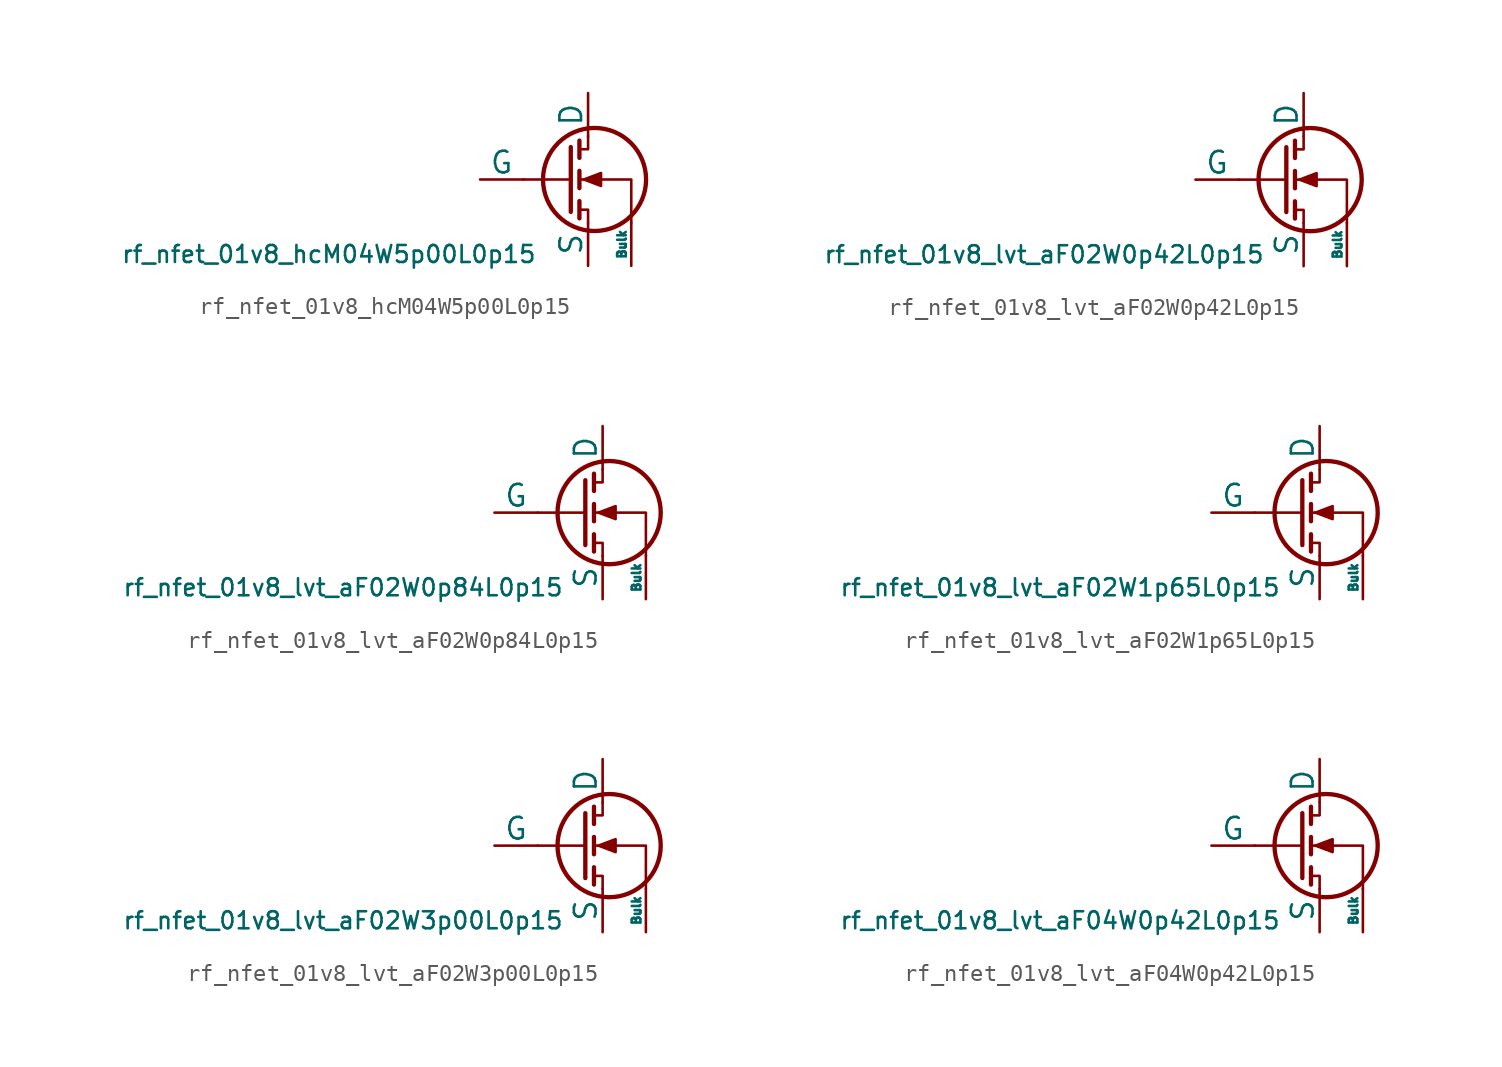
<source format=kicad_sym>
(kicad_symbol_lib
  (version 20211014)
  (generator pdk2kicad)
  (symbol "rf_nfet_01v8_hcM04W5p00L0p15"
    (pin_numbers hide)
    (pin_names
      (offset 0))
    (property "Reference" "Q"
      (at 0 0 0)
      (effects (font (size 1 1)) hide))
    (property "Value" "rf_nfet_01v8_hcM04W5p00L0p15"
      (at -12.7 -3.81 0)
      (effects (font (size 1 1)) (justify top)))
    (polyline
      (pts (xy 1.524 0) (xy -1.27 0))
      (stroke (width 0) (type default))
      (fill (type none)))
    (polyline
      (pts (xy 1.524 1.905) (xy 1.524 -1.905))
      (stroke (width 0.254) (type default))
      (fill (type none)))
    (polyline
      (pts (xy 2.032 -1.27) (xy 2.032 -2.286))
      (stroke (width 0.254) (type default))
      (fill (type none)))
    (polyline
      (pts (xy 2.032 0.508) (xy 2.032 -0.508))
      (stroke (width 0.254) (type default))
      (fill (type none)))
    (polyline
      (pts (xy 2.032 2.286) (xy 2.032 1.27))
      (stroke (width 0.254) (type default))
      (fill (type none)))
    (polyline
      (pts (xy 2.032 1.778) (xy 2.54 1.778) (xy 2.54 2.54))
      (stroke (width 0) (type default))
      (fill (type none)))
    (polyline
      (pts (xy 2.54 -2.54) (xy 2.54 -1.778) (xy 2.032 -1.778))
      (stroke (width 0) (type default))
      (fill (type none)))
    (polyline
      (pts (xy 5.08 -2.54) (xy 5.08 0) (xy 2.032 0))
      (stroke (width 0) (type default))
      (fill (type none)))
    (polyline
      (pts (xy 2.286 0) (xy 3.302 0.381) (xy 3.302 -0.381) (xy 2.286 0))
      (stroke (width 0) (type default))
      (fill (type outline)))
    (circle
      (center 2.921 0)
      (radius 3.029)
      (stroke (width 0.254) (type default))
      (fill (type none)))
    (pin passive line
      (at 2.54 5.08 270)
      (length 2.54)
      (name "D" (effects (font (size 1.27 1.27))))
      (number "1" (effects (font (size 1.27 1.27)))))
    (pin input line
      (at -3.81 0 0)
      (length 2.54)
      (name "G" (effects (font (size 1.27 1.27))))
      (number "2" (effects (font (size 1.27 1.27)))))
    (pin passive line
      (at 2.54 -5.08 90)
      (length 2.54)
      (name "S" (effects (font (size 1.27 1.27))))
      (number "3" (effects (font (size 1.27 1.27)))))
    (pin input line
      (at 5.08 -5.08 90)
      (length 2.54)
      (name "Bulk" (effects (font (size 0.508 0.508))))
      (number "4" (effects (font (size 1.27 1.27))))))
  (symbol "rf_nfet_01v8_lvt_aF02W0p42L0p15"
    (pin_numbers hide)
    (pin_names
      (offset 0))
    (property "Reference" "Q"
      (at 0 0 0)
      (effects (font (size 1 1)) hide))
    (property "Value" "rf_nfet_01v8_lvt_aF02W0p42L0p15"
      (at -12.7 -3.81 0)
      (effects (font (size 1 1)) (justify top)))
    (polyline
      (pts (xy 1.524 0) (xy -1.27 0))
      (stroke (width 0) (type default))
      (fill (type none)))
    (polyline
      (pts (xy 1.524 1.905) (xy 1.524 -1.905))
      (stroke (width 0.254) (type default))
      (fill (type none)))
    (polyline
      (pts (xy 2.032 -1.27) (xy 2.032 -2.286))
      (stroke (width 0.254) (type default))
      (fill (type none)))
    (polyline
      (pts (xy 2.032 0.508) (xy 2.032 -0.508))
      (stroke (width 0.254) (type default))
      (fill (type none)))
    (polyline
      (pts (xy 2.032 2.286) (xy 2.032 1.27))
      (stroke (width 0.254) (type default))
      (fill (type none)))
    (polyline
      (pts (xy 2.032 1.778) (xy 2.54 1.778) (xy 2.54 2.54))
      (stroke (width 0) (type default))
      (fill (type none)))
    (polyline
      (pts (xy 2.54 -2.54) (xy 2.54 -1.778) (xy 2.032 -1.778))
      (stroke (width 0) (type default))
      (fill (type none)))
    (polyline
      (pts (xy 5.08 -2.54) (xy 5.08 0) (xy 2.032 0))
      (stroke (width 0) (type default))
      (fill (type none)))
    (polyline
      (pts (xy 2.286 0) (xy 3.302 0.381) (xy 3.302 -0.381) (xy 2.286 0))
      (stroke (width 0) (type default))
      (fill (type outline)))
    (circle
      (center 2.921 0)
      (radius 3.029)
      (stroke (width 0.254) (type default))
      (fill (type none)))
    (pin passive line
      (at 2.54 5.08 270)
      (length 2.54)
      (name "D" (effects (font (size 1.27 1.27))))
      (number "1" (effects (font (size 1.27 1.27)))))
    (pin input line
      (at -3.81 0 0)
      (length 2.54)
      (name "G" (effects (font (size 1.27 1.27))))
      (number "2" (effects (font (size 1.27 1.27)))))
    (pin passive line
      (at 2.54 -5.08 90)
      (length 2.54)
      (name "S" (effects (font (size 1.27 1.27))))
      (number "3" (effects (font (size 1.27 1.27)))))
    (pin input line
      (at 5.08 -5.08 90)
      (length 2.54)
      (name "Bulk" (effects (font (size 0.508 0.508))))
      (number "4" (effects (font (size 1.27 1.27))))))
  (symbol "rf_nfet_01v8_lvt_aF02W0p84L0p15"
    (pin_numbers hide)
    (pin_names
      (offset 0))
    (property "Reference" "Q"
      (at 0 0 0)
      (effects (font (size 1 1)) hide))
    (property "Value" "rf_nfet_01v8_lvt_aF02W0p84L0p15"
      (at -12.7 -3.81 0)
      (effects (font (size 1 1)) (justify top)))
    (polyline
      (pts (xy 1.524 0) (xy -1.27 0))
      (stroke (width 0) (type default))
      (fill (type none)))
    (polyline
      (pts (xy 1.524 1.905) (xy 1.524 -1.905))
      (stroke (width 0.254) (type default))
      (fill (type none)))
    (polyline
      (pts (xy 2.032 -1.27) (xy 2.032 -2.286))
      (stroke (width 0.254) (type default))
      (fill (type none)))
    (polyline
      (pts (xy 2.032 0.508) (xy 2.032 -0.508))
      (stroke (width 0.254) (type default))
      (fill (type none)))
    (polyline
      (pts (xy 2.032 2.286) (xy 2.032 1.27))
      (stroke (width 0.254) (type default))
      (fill (type none)))
    (polyline
      (pts (xy 2.032 1.778) (xy 2.54 1.778) (xy 2.54 2.54))
      (stroke (width 0) (type default))
      (fill (type none)))
    (polyline
      (pts (xy 2.54 -2.54) (xy 2.54 -1.778) (xy 2.032 -1.778))
      (stroke (width 0) (type default))
      (fill (type none)))
    (polyline
      (pts (xy 5.08 -2.54) (xy 5.08 0) (xy 2.032 0))
      (stroke (width 0) (type default))
      (fill (type none)))
    (polyline
      (pts (xy 2.286 0) (xy 3.302 0.381) (xy 3.302 -0.381) (xy 2.286 0))
      (stroke (width 0) (type default))
      (fill (type outline)))
    (circle
      (center 2.921 0)
      (radius 3.029)
      (stroke (width 0.254) (type default))
      (fill (type none)))
    (pin passive line
      (at 2.54 5.08 270)
      (length 2.54)
      (name "D" (effects (font (size 1.27 1.27))))
      (number "1" (effects (font (size 1.27 1.27)))))
    (pin input line
      (at -3.81 0 0)
      (length 2.54)
      (name "G" (effects (font (size 1.27 1.27))))
      (number "2" (effects (font (size 1.27 1.27)))))
    (pin passive line
      (at 2.54 -5.08 90)
      (length 2.54)
      (name "S" (effects (font (size 1.27 1.27))))
      (number "3" (effects (font (size 1.27 1.27)))))
    (pin input line
      (at 5.08 -5.08 90)
      (length 2.54)
      (name "Bulk" (effects (font (size 0.508 0.508))))
      (number "4" (effects (font (size 1.27 1.27))))))
  (symbol "rf_nfet_01v8_lvt_aF02W1p65L0p15"
    (pin_numbers hide)
    (pin_names
      (offset 0))
    (property "Reference" "Q"
      (at 0 0 0)
      (effects (font (size 1 1)) hide))
    (property "Value" "rf_nfet_01v8_lvt_aF02W1p65L0p15"
      (at -12.7 -3.81 0)
      (effects (font (size 1 1)) (justify top)))
    (polyline
      (pts (xy 1.524 0) (xy -1.27 0))
      (stroke (width 0) (type default))
      (fill (type none)))
    (polyline
      (pts (xy 1.524 1.905) (xy 1.524 -1.905))
      (stroke (width 0.254) (type default))
      (fill (type none)))
    (polyline
      (pts (xy 2.032 -1.27) (xy 2.032 -2.286))
      (stroke (width 0.254) (type default))
      (fill (type none)))
    (polyline
      (pts (xy 2.032 0.508) (xy 2.032 -0.508))
      (stroke (width 0.254) (type default))
      (fill (type none)))
    (polyline
      (pts (xy 2.032 2.286) (xy 2.032 1.27))
      (stroke (width 0.254) (type default))
      (fill (type none)))
    (polyline
      (pts (xy 2.032 1.778) (xy 2.54 1.778) (xy 2.54 2.54))
      (stroke (width 0) (type default))
      (fill (type none)))
    (polyline
      (pts (xy 2.54 -2.54) (xy 2.54 -1.778) (xy 2.032 -1.778))
      (stroke (width 0) (type default))
      (fill (type none)))
    (polyline
      (pts (xy 5.08 -2.54) (xy 5.08 0) (xy 2.032 0))
      (stroke (width 0) (type default))
      (fill (type none)))
    (polyline
      (pts (xy 2.286 0) (xy 3.302 0.381) (xy 3.302 -0.381) (xy 2.286 0))
      (stroke (width 0) (type default))
      (fill (type outline)))
    (circle
      (center 2.921 0)
      (radius 3.029)
      (stroke (width 0.254) (type default))
      (fill (type none)))
    (pin passive line
      (at 2.54 5.08 270)
      (length 2.54)
      (name "D" (effects (font (size 1.27 1.27))))
      (number "1" (effects (font (size 1.27 1.27)))))
    (pin input line
      (at -3.81 0 0)
      (length 2.54)
      (name "G" (effects (font (size 1.27 1.27))))
      (number "2" (effects (font (size 1.27 1.27)))))
    (pin passive line
      (at 2.54 -5.08 90)
      (length 2.54)
      (name "S" (effects (font (size 1.27 1.27))))
      (number "3" (effects (font (size 1.27 1.27)))))
    (pin input line
      (at 5.08 -5.08 90)
      (length 2.54)
      (name "Bulk" (effects (font (size 0.508 0.508))))
      (number "4" (effects (font (size 1.27 1.27))))))
  (symbol "rf_nfet_01v8_lvt_aF02W3p00L0p15"
    (pin_numbers hide)
    (pin_names
      (offset 0))
    (property "Reference" "Q"
      (at 0 0 0)
      (effects (font (size 1 1)) hide))
    (property "Value" "rf_nfet_01v8_lvt_aF02W3p00L0p15"
      (at -12.7 -3.81 0)
      (effects (font (size 1 1)) (justify top)))
    (polyline
      (pts (xy 1.524 0) (xy -1.27 0))
      (stroke (width 0) (type default))
      (fill (type none)))
    (polyline
      (pts (xy 1.524 1.905) (xy 1.524 -1.905))
      (stroke (width 0.254) (type default))
      (fill (type none)))
    (polyline
      (pts (xy 2.032 -1.27) (xy 2.032 -2.286))
      (stroke (width 0.254) (type default))
      (fill (type none)))
    (polyline
      (pts (xy 2.032 0.508) (xy 2.032 -0.508))
      (stroke (width 0.254) (type default))
      (fill (type none)))
    (polyline
      (pts (xy 2.032 2.286) (xy 2.032 1.27))
      (stroke (width 0.254) (type default))
      (fill (type none)))
    (polyline
      (pts (xy 2.032 1.778) (xy 2.54 1.778) (xy 2.54 2.54))
      (stroke (width 0) (type default))
      (fill (type none)))
    (polyline
      (pts (xy 2.54 -2.54) (xy 2.54 -1.778) (xy 2.032 -1.778))
      (stroke (width 0) (type default))
      (fill (type none)))
    (polyline
      (pts (xy 5.08 -2.54) (xy 5.08 0) (xy 2.032 0))
      (stroke (width 0) (type default))
      (fill (type none)))
    (polyline
      (pts (xy 2.286 0) (xy 3.302 0.381) (xy 3.302 -0.381) (xy 2.286 0))
      (stroke (width 0) (type default))
      (fill (type outline)))
    (circle
      (center 2.921 0)
      (radius 3.029)
      (stroke (width 0.254) (type default))
      (fill (type none)))
    (pin passive line
      (at 2.54 5.08 270)
      (length 2.54)
      (name "D" (effects (font (size 1.27 1.27))))
      (number "1" (effects (font (size 1.27 1.27)))))
    (pin input line
      (at -3.81 0 0)
      (length 2.54)
      (name "G" (effects (font (size 1.27 1.27))))
      (number "2" (effects (font (size 1.27 1.27)))))
    (pin passive line
      (at 2.54 -5.08 90)
      (length 2.54)
      (name "S" (effects (font (size 1.27 1.27))))
      (number "3" (effects (font (size 1.27 1.27)))))
    (pin input line
      (at 5.08 -5.08 90)
      (length 2.54)
      (name "Bulk" (effects (font (size 0.508 0.508))))
      (number "4" (effects (font (size 1.27 1.27))))))
  (symbol "rf_nfet_01v8_lvt_aF04W0p42L0p15"
    (pin_numbers hide)
    (pin_names
      (offset 0))
    (property "Reference" "Q"
      (at 0 0 0)
      (effects (font (size 1 1)) hide))
    (property "Value" "rf_nfet_01v8_lvt_aF04W0p42L0p15"
      (at -12.7 -3.81 0)
      (effects (font (size 1 1)) (justify top)))
    (polyline
      (pts (xy 1.524 0) (xy -1.27 0))
      (stroke (width 0) (type default))
      (fill (type none)))
    (polyline
      (pts (xy 1.524 1.905) (xy 1.524 -1.905))
      (stroke (width 0.254) (type default))
      (fill (type none)))
    (polyline
      (pts (xy 2.032 -1.27) (xy 2.032 -2.286))
      (stroke (width 0.254) (type default))
      (fill (type none)))
    (polyline
      (pts (xy 2.032 0.508) (xy 2.032 -0.508))
      (stroke (width 0.254) (type default))
      (fill (type none)))
    (polyline
      (pts (xy 2.032 2.286) (xy 2.032 1.27))
      (stroke (width 0.254) (type default))
      (fill (type none)))
    (polyline
      (pts (xy 2.032 1.778) (xy 2.54 1.778) (xy 2.54 2.54))
      (stroke (width 0) (type default))
      (fill (type none)))
    (polyline
      (pts (xy 2.54 -2.54) (xy 2.54 -1.778) (xy 2.032 -1.778))
      (stroke (width 0) (type default))
      (fill (type none)))
    (polyline
      (pts (xy 5.08 -2.54) (xy 5.08 0) (xy 2.032 0))
      (stroke (width 0) (type default))
      (fill (type none)))
    (polyline
      (pts (xy 2.286 0) (xy 3.302 0.381) (xy 3.302 -0.381) (xy 2.286 0))
      (stroke (width 0) (type default))
      (fill (type outline)))
    (circle
      (center 2.921 0)
      (radius 3.029)
      (stroke (width 0.254) (type default))
      (fill (type none)))
    (pin passive line
      (at 2.54 5.08 270)
      (length 2.54)
      (name "D" (effects (font (size 1.27 1.27))))
      (number "1" (effects (font (size 1.27 1.27)))))
    (pin input line
      (at -3.81 0 0)
      (length 2.54)
      (name "G" (effects (font (size 1.27 1.27))))
      (number "2" (effects (font (size 1.27 1.27)))))
    (pin passive line
      (at 2.54 -5.08 90)
      (length 2.54)
      (name "S" (effects (font (size 1.27 1.27))))
      (number "3" (effects (font (size 1.27 1.27)))))
    (pin input line
      (at 5.08 -5.08 90)
      (length 2.54)
      (name "Bulk" (effects (font (size 0.508 0.508))))
      (number "4" (effects (font (size 1.27 1.27)))))))
</source>
